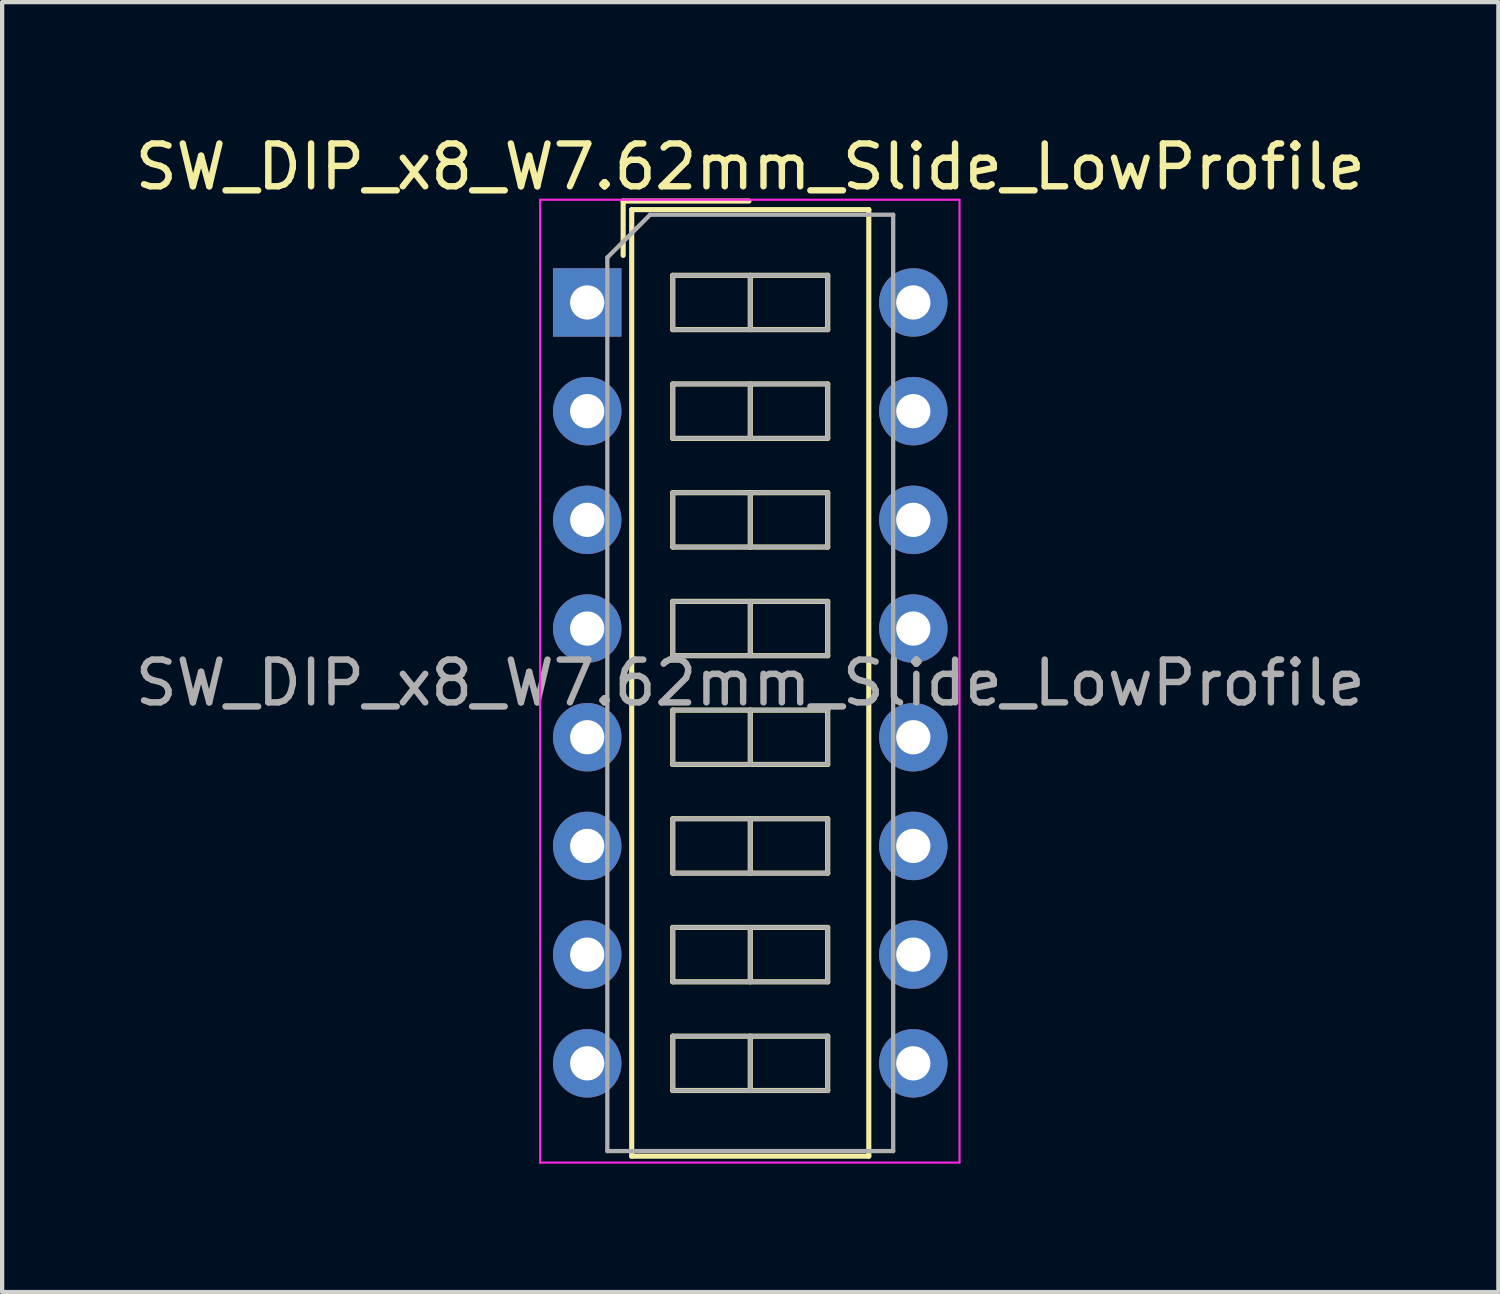
<source format=kicad_pcb>
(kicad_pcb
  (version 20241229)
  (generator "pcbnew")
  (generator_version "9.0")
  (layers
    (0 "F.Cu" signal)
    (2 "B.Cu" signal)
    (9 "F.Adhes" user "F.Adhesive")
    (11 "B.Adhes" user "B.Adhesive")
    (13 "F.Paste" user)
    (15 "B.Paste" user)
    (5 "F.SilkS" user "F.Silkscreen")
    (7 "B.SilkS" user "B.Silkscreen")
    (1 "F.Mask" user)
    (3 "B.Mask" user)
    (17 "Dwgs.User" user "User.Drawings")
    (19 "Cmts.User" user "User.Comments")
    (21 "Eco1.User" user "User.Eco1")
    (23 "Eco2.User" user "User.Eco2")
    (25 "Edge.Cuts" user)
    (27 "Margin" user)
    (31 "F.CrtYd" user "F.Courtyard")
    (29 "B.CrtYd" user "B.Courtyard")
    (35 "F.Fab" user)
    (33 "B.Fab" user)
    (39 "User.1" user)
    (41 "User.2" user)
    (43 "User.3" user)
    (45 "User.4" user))
  (footprint "SW_DIP_x8_W7.62mm_Slide_LowProfile"
    (layer "F.Cu")
    (at 10.672 4.018)
    (property "Reference" "SW_DIP_x8_W7.62mm_Slide_LowProfile" (at 3.81 -3.17 0) (layer "F.SilkS") (effects (font (size 1 1) (thickness 0.15))))
    (attr through_hole)
    (fp_line (start 0.84 -2.37) (end 0.84 -1.1) (stroke (width 0.12) (type solid)) (layer "F.SilkS"))
    (fp_line (start 0.84 -2.37) (end 3.78 -2.37) (stroke (width 0.12) (type solid)) (layer "F.SilkS"))
    (fp_line (start 1.04 -2.17) (end 6.58 -2.17) (stroke (width 0.12) (type solid)) (layer "F.SilkS"))
    (fp_line (start 1.04 19.95) (end 1.04 -2.17) (stroke (width 0.12) (type solid)) (layer "F.SilkS"))
    (fp_line (start 2 -0.635) (end 2 0.635) (stroke (width 0.12) (type solid)) (layer "F.SilkS"))
    (fp_line (start 2 0.635) (end 5.62 0.635) (stroke (width 0.12) (type solid)) (layer "F.SilkS"))
    (fp_line (start 2 1.905) (end 2 3.175) (stroke (width 0.12) (type solid)) (layer "F.SilkS"))
    (fp_line (start 2 3.175) (end 5.62 3.175) (stroke (width 0.12) (type solid)) (layer "F.SilkS"))
    (fp_line (start 2 4.445) (end 2 5.715) (stroke (width 0.12) (type solid)) (layer "F.SilkS"))
    (fp_line (start 2 5.715) (end 5.62 5.715) (stroke (width 0.12) (type solid)) (layer "F.SilkS"))
    (fp_line (start 2 6.985) (end 2 8.255) (stroke (width 0.12) (type solid)) (layer "F.SilkS"))
    (fp_line (start 2 8.255) (end 5.62 8.255) (stroke (width 0.12) (type solid)) (layer "F.SilkS"))
    (fp_line (start 2 9.525) (end 2 10.795) (stroke (width 0.12) (type solid)) (layer "F.SilkS"))
    (fp_line (start 2 10.795) (end 5.62 10.795) (stroke (width 0.12) (type solid)) (layer "F.SilkS"))
    (fp_line (start 2 12.065) (end 2 13.335) (stroke (width 0.12) (type solid)) (layer "F.SilkS"))
    (fp_line (start 2 13.335) (end 5.62 13.335) (stroke (width 0.12) (type solid)) (layer "F.SilkS"))
    (fp_line (start 2 14.605) (end 2 15.875) (stroke (width 0.12) (type solid)) (layer "F.SilkS"))
    (fp_line (start 2 15.875) (end 5.62 15.875) (stroke (width 0.12) (type solid)) (layer "F.SilkS"))
    (fp_line (start 2 17.145) (end 2 18.415) (stroke (width 0.12) (type solid)) (layer "F.SilkS"))
    (fp_line (start 2 18.415) (end 5.62 18.415) (stroke (width 0.12) (type solid)) (layer "F.SilkS"))
    (fp_line (start 3.81 -0.635) (end 3.81 0.635) (stroke (width 0.12) (type solid)) (layer "F.SilkS"))
    (fp_line (start 3.81 1.905) (end 3.81 3.175) (stroke (width 0.12) (type solid)) (layer "F.SilkS"))
    (fp_line (start 3.81 4.445) (end 3.81 5.715) (stroke (width 0.12) (type solid)) (layer "F.SilkS"))
    (fp_line (start 3.81 6.985) (end 3.81 8.255) (stroke (width 0.12) (type solid)) (layer "F.SilkS"))
    (fp_line (start 3.81 9.525) (end 3.81 10.795) (stroke (width 0.12) (type solid)) (layer "F.SilkS"))
    (fp_line (start 3.81 12.065) (end 3.81 13.335) (stroke (width 0.12) (type solid)) (layer "F.SilkS"))
    (fp_line (start 3.81 14.605) (end 3.81 15.875) (stroke (width 0.12) (type solid)) (layer "F.SilkS"))
    (fp_line (start 3.81 17.145) (end 3.81 18.415) (stroke (width 0.12) (type solid)) (layer "F.SilkS"))
    (fp_line (start 5.62 -0.635) (end 2 -0.635) (stroke (width 0.12) (type solid)) (layer "F.SilkS"))
    (fp_line (start 5.62 0.635) (end 5.62 -0.635) (stroke (width 0.12) (type solid)) (layer "F.SilkS"))
    (fp_line (start 5.62 1.905) (end 2 1.905) (stroke (width 0.12) (type solid)) (layer "F.SilkS"))
    (fp_line (start 5.62 3.175) (end 5.62 1.905) (stroke (width 0.12) (type solid)) (layer "F.SilkS"))
    (fp_line (start 5.62 4.445) (end 2 4.445) (stroke (width 0.12) (type solid)) (layer "F.SilkS"))
    (fp_line (start 5.62 5.715) (end 5.62 4.445) (stroke (width 0.12) (type solid)) (layer "F.SilkS"))
    (fp_line (start 5.62 6.985) (end 2 6.985) (stroke (width 0.12) (type solid)) (layer "F.SilkS"))
    (fp_line (start 5.62 8.255) (end 5.62 6.985) (stroke (width 0.12) (type solid)) (layer "F.SilkS"))
    (fp_line (start 5.62 9.525) (end 2 9.525) (stroke (width 0.12) (type solid)) (layer "F.SilkS"))
    (fp_line (start 5.62 10.795) (end 5.62 9.525) (stroke (width 0.12) (type solid)) (layer "F.SilkS"))
    (fp_line (start 5.62 12.065) (end 2 12.065) (stroke (width 0.12) (type solid)) (layer "F.SilkS"))
    (fp_line (start 5.62 13.335) (end 5.62 12.065) (stroke (width 0.12) (type solid)) (layer "F.SilkS"))
    (fp_line (start 5.62 14.605) (end 2 14.605) (stroke (width 0.12) (type solid)) (layer "F.SilkS"))
    (fp_line (start 5.62 15.875) (end 5.62 14.605) (stroke (width 0.12) (type solid)) (layer "F.SilkS"))
    (fp_line (start 5.62 17.145) (end 2 17.145) (stroke (width 0.12) (type solid)) (layer "F.SilkS"))
    (fp_line (start 5.62 18.415) (end 5.62 17.145) (stroke (width 0.12) (type solid)) (layer "F.SilkS"))
    (fp_line (start 6.58 -2.17) (end 6.58 19.95) (stroke (width 0.12) (type solid)) (layer "F.SilkS"))
    (fp_line (start 6.58 19.95) (end 1.04 19.95) (stroke (width 0.12) (type solid)) (layer "F.SilkS"))
    (fp_line (start -1.1 -2.4) (end -1.1 20.1) (stroke (width 0.05) (type solid)) (layer "F.CrtYd"))
    (fp_line (start -1.1 20.1) (end 8.7 20.1) (stroke (width 0.05) (type solid)) (layer "F.CrtYd"))
    (fp_line (start 8.7 -2.4) (end -1.1 -2.4) (stroke (width 0.05) (type solid)) (layer "F.CrtYd"))
    (fp_line (start 8.7 20.1) (end 8.7 -2.4) (stroke (width 0.05) (type solid)) (layer "F.CrtYd"))
    (fp_line (start 0.47 -1.05) (end 1.47 -2.05) (stroke (width 0.1) (type solid)) (layer "F.Fab"))
    (fp_line (start 0.47 19.83) (end 0.47 -1.05) (stroke (width 0.1) (type solid)) (layer "F.Fab"))
    (fp_line (start 1.47 -2.05) (end 7.15 -2.05) (stroke (width 0.1) (type solid)) (layer "F.Fab"))
    (fp_line (start 2 -0.635) (end 2 0.635) (stroke (width 0.1) (type solid)) (layer "F.Fab"))
    (fp_line (start 2 0.635) (end 5.62 0.635) (stroke (width 0.1) (type solid)) (layer "F.Fab"))
    (fp_line (start 2 1.905) (end 2 3.175) (stroke (width 0.1) (type solid)) (layer "F.Fab"))
    (fp_line (start 2 3.175) (end 5.62 3.175) (stroke (width 0.1) (type solid)) (layer "F.Fab"))
    (fp_line (start 2 4.445) (end 2 5.715) (stroke (width 0.1) (type solid)) (layer "F.Fab"))
    (fp_line (start 2 5.715) (end 5.62 5.715) (stroke (width 0.1) (type solid)) (layer "F.Fab"))
    (fp_line (start 2 6.985) (end 2 8.255) (stroke (width 0.1) (type solid)) (layer "F.Fab"))
    (fp_line (start 2 8.255) (end 5.62 8.255) (stroke (width 0.1) (type solid)) (layer "F.Fab"))
    (fp_line (start 2 9.525) (end 2 10.795) (stroke (width 0.1) (type solid)) (layer "F.Fab"))
    (fp_line (start 2 10.795) (end 5.62 10.795) (stroke (width 0.1) (type solid)) (layer "F.Fab"))
    (fp_line (start 2 12.065) (end 2 13.335) (stroke (width 0.1) (type solid)) (layer "F.Fab"))
    (fp_line (start 2 13.335) (end 5.62 13.335) (stroke (width 0.1) (type solid)) (layer "F.Fab"))
    (fp_line (start 2 14.605) (end 2 15.875) (stroke (width 0.1) (type solid)) (layer "F.Fab"))
    (fp_line (start 2 15.875) (end 5.62 15.875) (stroke (width 0.1) (type solid)) (layer "F.Fab"))
    (fp_line (start 2 17.145) (end 2 18.415) (stroke (width 0.1) (type solid)) (layer "F.Fab"))
    (fp_line (start 2 18.415) (end 5.62 18.415) (stroke (width 0.1) (type solid)) (layer "F.Fab"))
    (fp_line (start 3.81 -0.635) (end 3.81 0.635) (stroke (width 0.1) (type solid)) (layer "F.Fab"))
    (fp_line (start 3.81 1.905) (end 3.81 3.175) (stroke (width 0.1) (type solid)) (layer "F.Fab"))
    (fp_line (start 3.81 4.445) (end 3.81 5.715) (stroke (width 0.1) (type solid)) (layer "F.Fab"))
    (fp_line (start 3.81 6.985) (end 3.81 8.255) (stroke (width 0.1) (type solid)) (layer "F.Fab"))
    (fp_line (start 3.81 9.525) (end 3.81 10.795) (stroke (width 0.1) (type solid)) (layer "F.Fab"))
    (fp_line (start 3.81 12.065) (end 3.81 13.335) (stroke (width 0.1) (type solid)) (layer "F.Fab"))
    (fp_line (start 3.81 14.605) (end 3.81 15.875) (stroke (width 0.1) (type solid)) (layer "F.Fab"))
    (fp_line (start 3.81 17.145) (end 3.81 18.415) (stroke (width 0.1) (type solid)) (layer "F.Fab"))
    (fp_line (start 5.62 -0.635) (end 2 -0.635) (stroke (width 0.1) (type solid)) (layer "F.Fab"))
    (fp_line (start 5.62 0.635) (end 5.62 -0.635) (stroke (width 0.1) (type solid)) (layer "F.Fab"))
    (fp_line (start 5.62 1.905) (end 2 1.905) (stroke (width 0.1) (type solid)) (layer "F.Fab"))
    (fp_line (start 5.62 3.175) (end 5.62 1.905) (stroke (width 0.1) (type solid)) (layer "F.Fab"))
    (fp_line (start 5.62 4.445) (end 2 4.445) (stroke (width 0.1) (type solid)) (layer "F.Fab"))
    (fp_line (start 5.62 5.715) (end 5.62 4.445) (stroke (width 0.1) (type solid)) (layer "F.Fab"))
    (fp_line (start 5.62 6.985) (end 2 6.985) (stroke (width 0.1) (type solid)) (layer "F.Fab"))
    (fp_line (start 5.62 8.255) (end 5.62 6.985) (stroke (width 0.1) (type solid)) (layer "F.Fab"))
    (fp_line (start 5.62 9.525) (end 2 9.525) (stroke (width 0.1) (type solid)) (layer "F.Fab"))
    (fp_line (start 5.62 10.795) (end 5.62 9.525) (stroke (width 0.1) (type solid)) (layer "F.Fab"))
    (fp_line (start 5.62 12.065) (end 2 12.065) (stroke (width 0.1) (type solid)) (layer "F.Fab"))
    (fp_line (start 5.62 13.335) (end 5.62 12.065) (stroke (width 0.1) (type solid)) (layer "F.Fab"))
    (fp_line (start 5.62 14.605) (end 2 14.605) (stroke (width 0.1) (type solid)) (layer "F.Fab"))
    (fp_line (start 5.62 15.875) (end 5.62 14.605) (stroke (width 0.1) (type solid)) (layer "F.Fab"))
    (fp_line (start 5.62 17.145) (end 2 17.145) (stroke (width 0.1) (type solid)) (layer "F.Fab"))
    (fp_line (start 5.62 18.415) (end 5.62 17.145) (stroke (width 0.1) (type solid)) (layer "F.Fab"))
    (fp_line (start 7.15 -2.05) (end 7.15 19.83) (stroke (width 0.1) (type solid)) (layer "F.Fab"))
    (fp_line (start 7.15 19.83) (end 0.47 19.83) (stroke (width 0.1) (type solid)) (layer "F.Fab"))
    (fp_text user "${REFERENCE}" (at 3.81 8.89 0) (layer "F.Fab") (effects (font (size 1 1) (thickness 0.15))))
    (pad "1" thru_hole rect (at 0 0) (size 1.6 1.6) (drill 0.8) (layers "*.Cu" "*.Mask"))
    (pad "2" thru_hole oval (at 0 2.54) (size 1.6 1.6) (drill 0.8) (layers "*.Cu" "*.Mask"))
    (pad "3" thru_hole oval (at 0 5.08) (size 1.6 1.6) (drill 0.8) (layers "*.Cu" "*.Mask"))
    (pad "4" thru_hole oval (at 0 7.62) (size 1.6 1.6) (drill 0.8) (layers "*.Cu" "*.Mask"))
    (pad "5" thru_hole oval (at 0 10.16) (size 1.6 1.6) (drill 0.8) (layers "*.Cu" "*.Mask"))
    (pad "6" thru_hole oval (at 0 12.7) (size 1.6 1.6) (drill 0.8) (layers "*.Cu" "*.Mask"))
    (pad "7" thru_hole oval (at 0 15.24) (size 1.6 1.6) (drill 0.8) (layers "*.Cu" "*.Mask"))
    (pad "8" thru_hole oval (at 0 17.78) (size 1.6 1.6) (drill 0.8) (layers "*.Cu" "*.Mask"))
    (pad "9" thru_hole oval (at 7.62 17.78) (size 1.6 1.6) (drill 0.8) (layers "*.Cu" "*.Mask"))
    (pad "10" thru_hole oval (at 7.62 15.24) (size 1.6 1.6) (drill 0.8) (layers "*.Cu" "*.Mask"))
    (pad "11" thru_hole oval (at 7.62 12.7) (size 1.6 1.6) (drill 0.8) (layers "*.Cu" "*.Mask"))
    (pad "12" thru_hole oval (at 7.62 10.16) (size 1.6 1.6) (drill 0.8) (layers "*.Cu" "*.Mask"))
    (pad "13" thru_hole oval (at 7.62 7.62) (size 1.6 1.6) (drill 0.8) (layers "*.Cu" "*.Mask"))
    (pad "14" thru_hole oval (at 7.62 5.08) (size 1.6 1.6) (drill 0.8) (layers "*.Cu" "*.Mask"))
    (pad "15" thru_hole oval (at 7.62 2.54) (size 1.6 1.6) (drill 0.8) (layers "*.Cu" "*.Mask"))
    (pad "16" thru_hole oval (at 7.62 0) (size 1.6 1.6) (drill 0.8) (layers "*.Cu" "*.Mask")))
  (gr_rect
    (start -3 -3)
    (end 31.964 27.143)
    (stroke (width 0.1) (type default))
    (fill no)
    (layer "Edge.Cuts")))
</source>
